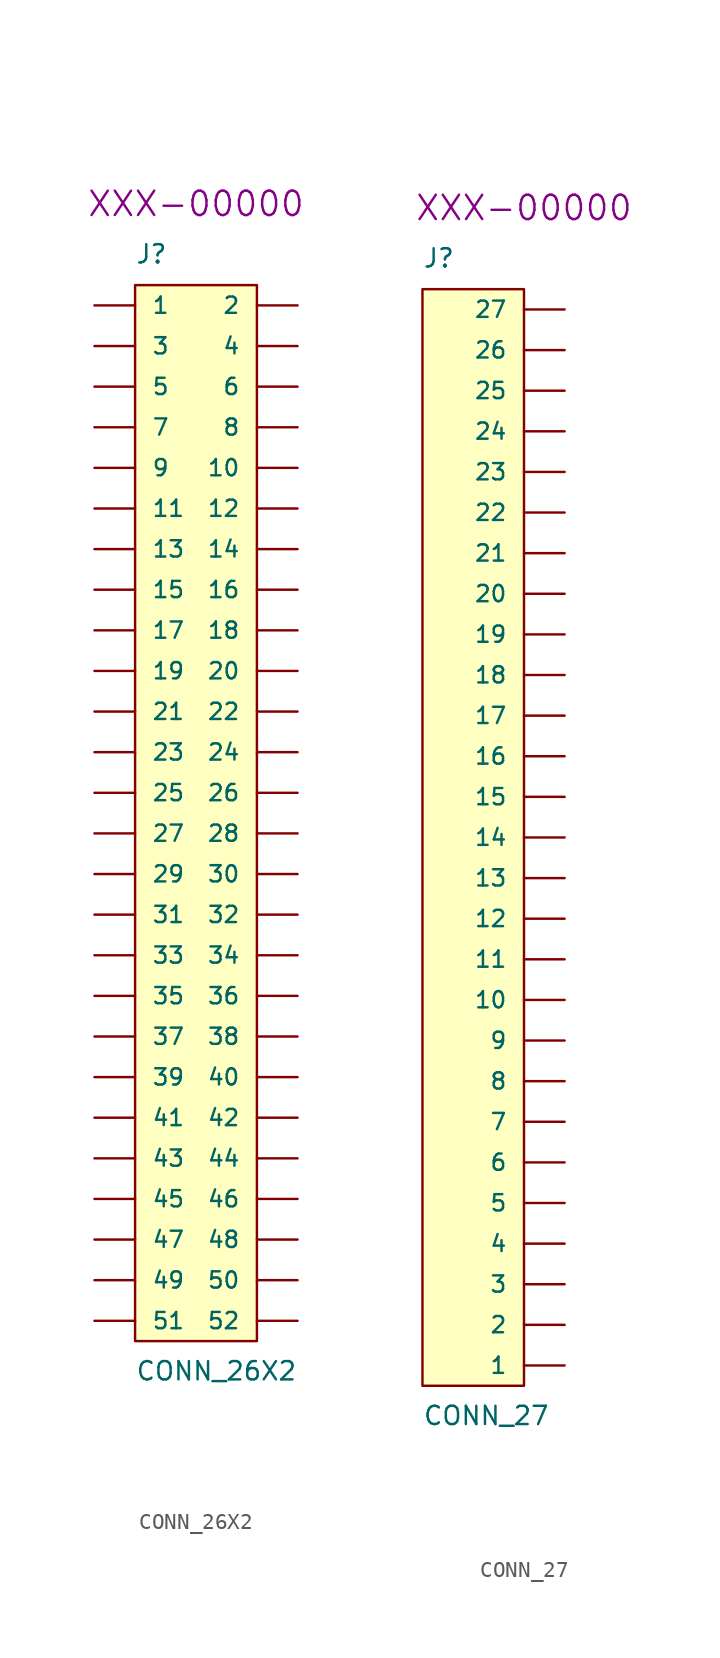
<source format=kicad_sym>
(kicad_symbol_lib
  (version 20220914)
  (generator kicad_symbol_editor)
  (symbol "CONN_26X2"
    (pin_numbers hide)
    (pin_names
      (offset 1.016))
    (property "Reference" "J"
      (at -3.81 33.02 0)
      (effects (font (size 1.143 1.143)) (justify left bottom)))
    (property "Value" "CONN_26X2"
      (at -3.81 -36.83 0)
      (effects (font (size 1.143 1.143)) (justify left bottom)))
    (property "Field4" "XXX-00000"
      (at 0 36.83 0)
      (effects (font (size 1.524 1.524))))
    (property "ki_locked" ""
      (at 0 0 0)
      (effects (font (size 1.27 1.27))))
    (symbol "CONN_26X2_0_1"
      (rectangle (start 3.81 -34.29) (end -3.81 31.75) (stroke (width 0) (type solid)) (fill (type background))))
    (symbol "CONN_26X2_1_1"
      (pin passive line (at -6.35 30.48 0) (length 2.54) (name "1" (effects (font (size 1.016 1.016)))) (number "1" (effects (font (size 1.016 1.016)))))
      (pin passive line (at 6.35 20.32 180) (length 2.54) (name "10" (effects (font (size 1.016 1.016)))) (number "10" (effects (font (size 1.016 1.016)))))
      (pin passive line (at -6.35 17.78 0) (length 2.54) (name "11" (effects (font (size 1.016 1.016)))) (number "11" (effects (font (size 1.016 1.016)))))
      (pin passive line (at 6.35 17.78 180) (length 2.54) (name "12" (effects (font (size 1.016 1.016)))) (number "12" (effects (font (size 1.016 1.016)))))
      (pin passive line (at -6.35 15.24 0) (length 2.54) (name "13" (effects (font (size 1.016 1.016)))) (number "13" (effects (font (size 1.016 1.016)))))
      (pin passive line (at 6.35 15.24 180) (length 2.54) (name "14" (effects (font (size 1.016 1.016)))) (number "14" (effects (font (size 1.016 1.016)))))
      (pin passive line (at -6.35 12.7 0) (length 2.54) (name "15" (effects (font (size 1.016 1.016)))) (number "15" (effects (font (size 1.016 1.016)))))
      (pin passive line (at 6.35 12.7 180) (length 2.54) (name "16" (effects (font (size 1.016 1.016)))) (number "16" (effects (font (size 1.016 1.016)))))
      (pin passive line (at -6.35 10.16 0) (length 2.54) (name "17" (effects (font (size 1.016 1.016)))) (number "17" (effects (font (size 1.016 1.016)))))
      (pin passive line (at 6.35 10.16 180) (length 2.54) (name "18" (effects (font (size 1.016 1.016)))) (number "18" (effects (font (size 1.016 1.016)))))
      (pin passive line (at -6.35 7.62 0) (length 2.54) (name "19" (effects (font (size 1.016 1.016)))) (number "19" (effects (font (size 1.016 1.016)))))
      (pin passive line (at 6.35 30.48 180) (length 2.54) (name "2" (effects (font (size 1.016 1.016)))) (number "2" (effects (font (size 1.016 1.016)))))
      (pin passive line (at 6.35 7.62 180) (length 2.54) (name "20" (effects (font (size 1.016 1.016)))) (number "20" (effects (font (size 1.016 1.016)))))
      (pin passive line (at -6.35 5.08 0) (length 2.54) (name "21" (effects (font (size 1.016 1.016)))) (number "21" (effects (font (size 1.016 1.016)))))
      (pin passive line (at 6.35 5.08 180) (length 2.54) (name "22" (effects (font (size 1.016 1.016)))) (number "22" (effects (font (size 1.016 1.016)))))
      (pin passive line (at -6.35 2.54 0) (length 2.54) (name "23" (effects (font (size 1.016 1.016)))) (number "23" (effects (font (size 1.016 1.016)))))
      (pin passive line (at 6.35 2.54 180) (length 2.54) (name "24" (effects (font (size 1.016 1.016)))) (number "24" (effects (font (size 1.016 1.016)))))
      (pin passive line (at -6.35 0 0) (length 2.54) (name "25" (effects (font (size 1.016 1.016)))) (number "25" (effects (font (size 1.016 1.016)))))
      (pin passive line (at 6.35 0 180) (length 2.54) (name "26" (effects (font (size 1.016 1.016)))) (number "26" (effects (font (size 1.016 1.016)))))
      (pin passive line (at -6.35 -2.54 0) (length 2.54) (name "27" (effects (font (size 1.016 1.016)))) (number "27" (effects (font (size 1.016 1.016)))))
      (pin passive line (at 6.35 -2.54 180) (length 2.54) (name "28" (effects (font (size 1.016 1.016)))) (number "28" (effects (font (size 1.016 1.016)))))
      (pin passive line (at -6.35 -5.08 0) (length 2.54) (name "29" (effects (font (size 1.016 1.016)))) (number "29" (effects (font (size 1.016 1.016)))))
      (pin passive line (at -6.35 27.94 0) (length 2.54) (name "3" (effects (font (size 1.016 1.016)))) (number "3" (effects (font (size 1.016 1.016)))))
      (pin passive line (at 6.35 -5.08 180) (length 2.54) (name "30" (effects (font (size 1.016 1.016)))) (number "30" (effects (font (size 1.016 1.016)))))
      (pin passive line (at -6.35 -7.62 0) (length 2.54) (name "31" (effects (font (size 1.016 1.016)))) (number "31" (effects (font (size 1.016 1.016)))))
      (pin passive line (at 6.35 -7.62 180) (length 2.54) (name "32" (effects (font (size 1.016 1.016)))) (number "32" (effects (font (size 1.016 1.016)))))
      (pin passive line (at -6.35 -10.16 0) (length 2.54) (name "33" (effects (font (size 1.016 1.016)))) (number "33" (effects (font (size 1.016 1.016)))))
      (pin passive line (at 6.35 -10.16 180) (length 2.54) (name "34" (effects (font (size 1.016 1.016)))) (number "34" (effects (font (size 1.016 1.016)))))
      (pin passive line (at -6.35 -12.7 0) (length 2.54) (name "35" (effects (font (size 1.016 1.016)))) (number "35" (effects (font (size 1.016 1.016)))))
      (pin passive line (at 6.35 -12.7 180) (length 2.54) (name "36" (effects (font (size 1.016 1.016)))) (number "36" (effects (font (size 1.016 1.016)))))
      (pin passive line (at -6.35 -15.24 0) (length 2.54) (name "37" (effects (font (size 1.016 1.016)))) (number "37" (effects (font (size 1.016 1.016)))))
      (pin passive line (at 6.35 -15.24 180) (length 2.54) (name "38" (effects (font (size 1.016 1.016)))) (number "38" (effects (font (size 1.016 1.016)))))
      (pin passive line (at -6.35 -17.78 0) (length 2.54) (name "39" (effects (font (size 1.016 1.016)))) (number "39" (effects (font (size 1.016 1.016)))))
      (pin passive line (at 6.35 27.94 180) (length 2.54) (name "4" (effects (font (size 1.016 1.016)))) (number "4" (effects (font (size 1.016 1.016)))))
      (pin passive line (at 6.35 -17.78 180) (length 2.54) (name "40" (effects (font (size 1.016 1.016)))) (number "40" (effects (font (size 1.016 1.016)))))
      (pin passive line (at -6.35 -20.32 0) (length 2.54) (name "41" (effects (font (size 1.016 1.016)))) (number "41" (effects (font (size 1.016 1.016)))))
      (pin passive line (at 6.35 -20.32 180) (length 2.54) (name "42" (effects (font (size 1.016 1.016)))) (number "42" (effects (font (size 1.016 1.016)))))
      (pin passive line (at -6.35 -22.86 0) (length 2.54) (name "43" (effects (font (size 1.016 1.016)))) (number "43" (effects (font (size 1.016 1.016)))))
      (pin passive line (at 6.35 -22.86 180) (length 2.54) (name "44" (effects (font (size 1.016 1.016)))) (number "44" (effects (font (size 1.016 1.016)))))
      (pin passive line (at -6.35 -25.4 0) (length 2.54) (name "45" (effects (font (size 1.016 1.016)))) (number "45" (effects (font (size 1.016 1.016)))))
      (pin passive line (at 6.35 -25.4 180) (length 2.54) (name "46" (effects (font (size 1.016 1.016)))) (number "46" (effects (font (size 1.016 1.016)))))
      (pin passive line (at -6.35 -27.94 0) (length 2.54) (name "47" (effects (font (size 1.016 1.016)))) (number "47" (effects (font (size 1.016 1.016)))))
      (pin passive line (at 6.35 -27.94 180) (length 2.54) (name "48" (effects (font (size 1.016 1.016)))) (number "48" (effects (font (size 1.016 1.016)))))
      (pin passive line (at -6.35 -30.48 0) (length 2.54) (name "49" (effects (font (size 1.016 1.016)))) (number "49" (effects (font (size 1.016 1.016)))))
      (pin passive line (at -6.35 25.4 0) (length 2.54) (name "5" (effects (font (size 1.016 1.016)))) (number "5" (effects (font (size 1.016 1.016)))))
      (pin passive line (at 6.35 -30.48 180) (length 2.54) (name "50" (effects (font (size 1.016 1.016)))) (number "50" (effects (font (size 1.016 1.016)))))
      (pin passive line (at -6.35 -33.02 0) (length 2.54) (name "51" (effects (font (size 1.016 1.016)))) (number "51" (effects (font (size 1.016 1.016)))))
      (pin passive line (at 6.35 -33.02 180) (length 2.54) (name "52" (effects (font (size 1.016 1.016)))) (number "52" (effects (font (size 1.016 1.016)))))
      (pin passive line (at 6.35 25.4 180) (length 2.54) (name "6" (effects (font (size 1.016 1.016)))) (number "6" (effects (font (size 1.016 1.016)))))
      (pin passive line (at -6.35 22.86 0) (length 2.54) (name "7" (effects (font (size 1.016 1.016)))) (number "7" (effects (font (size 1.016 1.016)))))
      (pin passive line (at 6.35 22.86 180) (length 2.54) (name "8" (effects (font (size 1.016 1.016)))) (number "8" (effects (font (size 1.016 1.016)))))
      (pin passive line (at -6.35 20.32 0) (length 2.54) (name "9" (effects (font (size 1.016 1.016)))) (number "9" (effects (font (size 1.016 1.016)))))))
  (symbol "CONN_27"
    (pin_numbers hide)
    (pin_names
      (offset 1.016))
    (property "Reference" "J"
      (at -6.35 68.58 0)
      (effects (font (size 1.143 1.143)) (justify left bottom)))
    (property "Value" "CONN_27"
      (at -6.35 -3.81 0)
      (effects (font (size 1.143 1.143)) (justify left bottom)))
    (property "Field4" "XXX-00000"
      (at 0 72.39 0)
      (effects (font (size 1.524 1.524))))
    (property "ki_locked" ""
      (at 0 0 0)
      (effects (font (size 1.27 1.27))))
    (symbol "CONN_27_0_1"
      (rectangle (start 0 -1.27) (end -6.35 67.31) (stroke (width 0) (type solid)) (fill (type background))))
    (symbol "CONN_27_1_1"
      (pin passive line (at 2.54 0 180) (length 2.54) (name "1" (effects (font (size 1.016 1.016)))) (number "1" (effects (font (size 1.016 1.016)))))
      (pin passive line (at 2.54 22.86 180) (length 2.54) (name "10" (effects (font (size 1.016 1.016)))) (number "10" (effects (font (size 1.016 1.016)))))
      (pin passive line (at 2.54 25.4 180) (length 2.54) (name "11" (effects (font (size 1.016 1.016)))) (number "11" (effects (font (size 1.016 1.016)))))
      (pin passive line (at 2.54 27.94 180) (length 2.54) (name "12" (effects (font (size 1.016 1.016)))) (number "12" (effects (font (size 1.016 1.016)))))
      (pin passive line (at 2.54 30.48 180) (length 2.54) (name "13" (effects (font (size 1.016 1.016)))) (number "13" (effects (font (size 1.016 1.016)))))
      (pin passive line (at 2.54 33.02 180) (length 2.54) (name "14" (effects (font (size 1.016 1.016)))) (number "14" (effects (font (size 1.016 1.016)))))
      (pin passive line (at 2.54 35.56 180) (length 2.54) (name "15" (effects (font (size 1.016 1.016)))) (number "15" (effects (font (size 1.016 1.016)))))
      (pin passive line (at 2.54 38.1 180) (length 2.54) (name "16" (effects (font (size 1.016 1.016)))) (number "16" (effects (font (size 1.016 1.016)))))
      (pin passive line (at 2.54 40.64 180) (length 2.54) (name "17" (effects (font (size 1.016 1.016)))) (number "17" (effects (font (size 1.016 1.016)))))
      (pin passive line (at 2.54 43.18 180) (length 2.54) (name "18" (effects (font (size 1.016 1.016)))) (number "18" (effects (font (size 1.016 1.016)))))
      (pin passive line (at 2.54 45.72 180) (length 2.54) (name "19" (effects (font (size 1.016 1.016)))) (number "19" (effects (font (size 1.016 1.016)))))
      (pin passive line (at 2.54 2.54 180) (length 2.54) (name "2" (effects (font (size 1.016 1.016)))) (number "2" (effects (font (size 1.016 1.016)))))
      (pin passive line (at 2.54 48.26 180) (length 2.54) (name "20" (effects (font (size 1.016 1.016)))) (number "20" (effects (font (size 1.016 1.016)))))
      (pin passive line (at 2.54 50.8 180) (length 2.54) (name "21" (effects (font (size 1.016 1.016)))) (number "21" (effects (font (size 1.016 1.016)))))
      (pin passive line (at 2.54 53.34 180) (length 2.54) (name "22" (effects (font (size 1.016 1.016)))) (number "22" (effects (font (size 1.016 1.016)))))
      (pin passive line (at 2.54 55.88 180) (length 2.54) (name "23" (effects (font (size 1.016 1.016)))) (number "23" (effects (font (size 1.016 1.016)))))
      (pin passive line (at 2.54 58.42 180) (length 2.54) (name "24" (effects (font (size 1.016 1.016)))) (number "24" (effects (font (size 1.016 1.016)))))
      (pin passive line (at 2.54 60.96 180) (length 2.54) (name "25" (effects (font (size 1.016 1.016)))) (number "25" (effects (font (size 1.016 1.016)))))
      (pin passive line (at 2.54 63.5 180) (length 2.54) (name "26" (effects (font (size 1.016 1.016)))) (number "26" (effects (font (size 1.016 1.016)))))
      (pin passive line (at 2.54 66.04 180) (length 2.54) (name "27" (effects (font (size 1.016 1.016)))) (number "27" (effects (font (size 1.016 1.016)))))
      (pin passive line (at 2.54 5.08 180) (length 2.54) (name "3" (effects (font (size 1.016 1.016)))) (number "3" (effects (font (size 1.016 1.016)))))
      (pin passive line (at 2.54 7.62 180) (length 2.54) (name "4" (effects (font (size 1.016 1.016)))) (number "4" (effects (font (size 1.016 1.016)))))
      (pin passive line (at 2.54 10.16 180) (length 2.54) (name "5" (effects (font (size 1.016 1.016)))) (number "5" (effects (font (size 1.016 1.016)))))
      (pin passive line (at 2.54 12.7 180) (length 2.54) (name "6" (effects (font (size 1.016 1.016)))) (number "6" (effects (font (size 1.016 1.016)))))
      (pin passive line (at 2.54 15.24 180) (length 2.54) (name "7" (effects (font (size 1.016 1.016)))) (number "7" (effects (font (size 1.016 1.016)))))
      (pin passive line (at 2.54 17.78 180) (length 2.54) (name "8" (effects (font (size 1.016 1.016)))) (number "8" (effects (font (size 1.016 1.016)))))
      (pin passive line (at 2.54 20.32 180) (length 2.54) (name "9" (effects (font (size 1.016 1.016)))) (number "9" (effects (font (size 1.016 1.016))))))))
</source>
